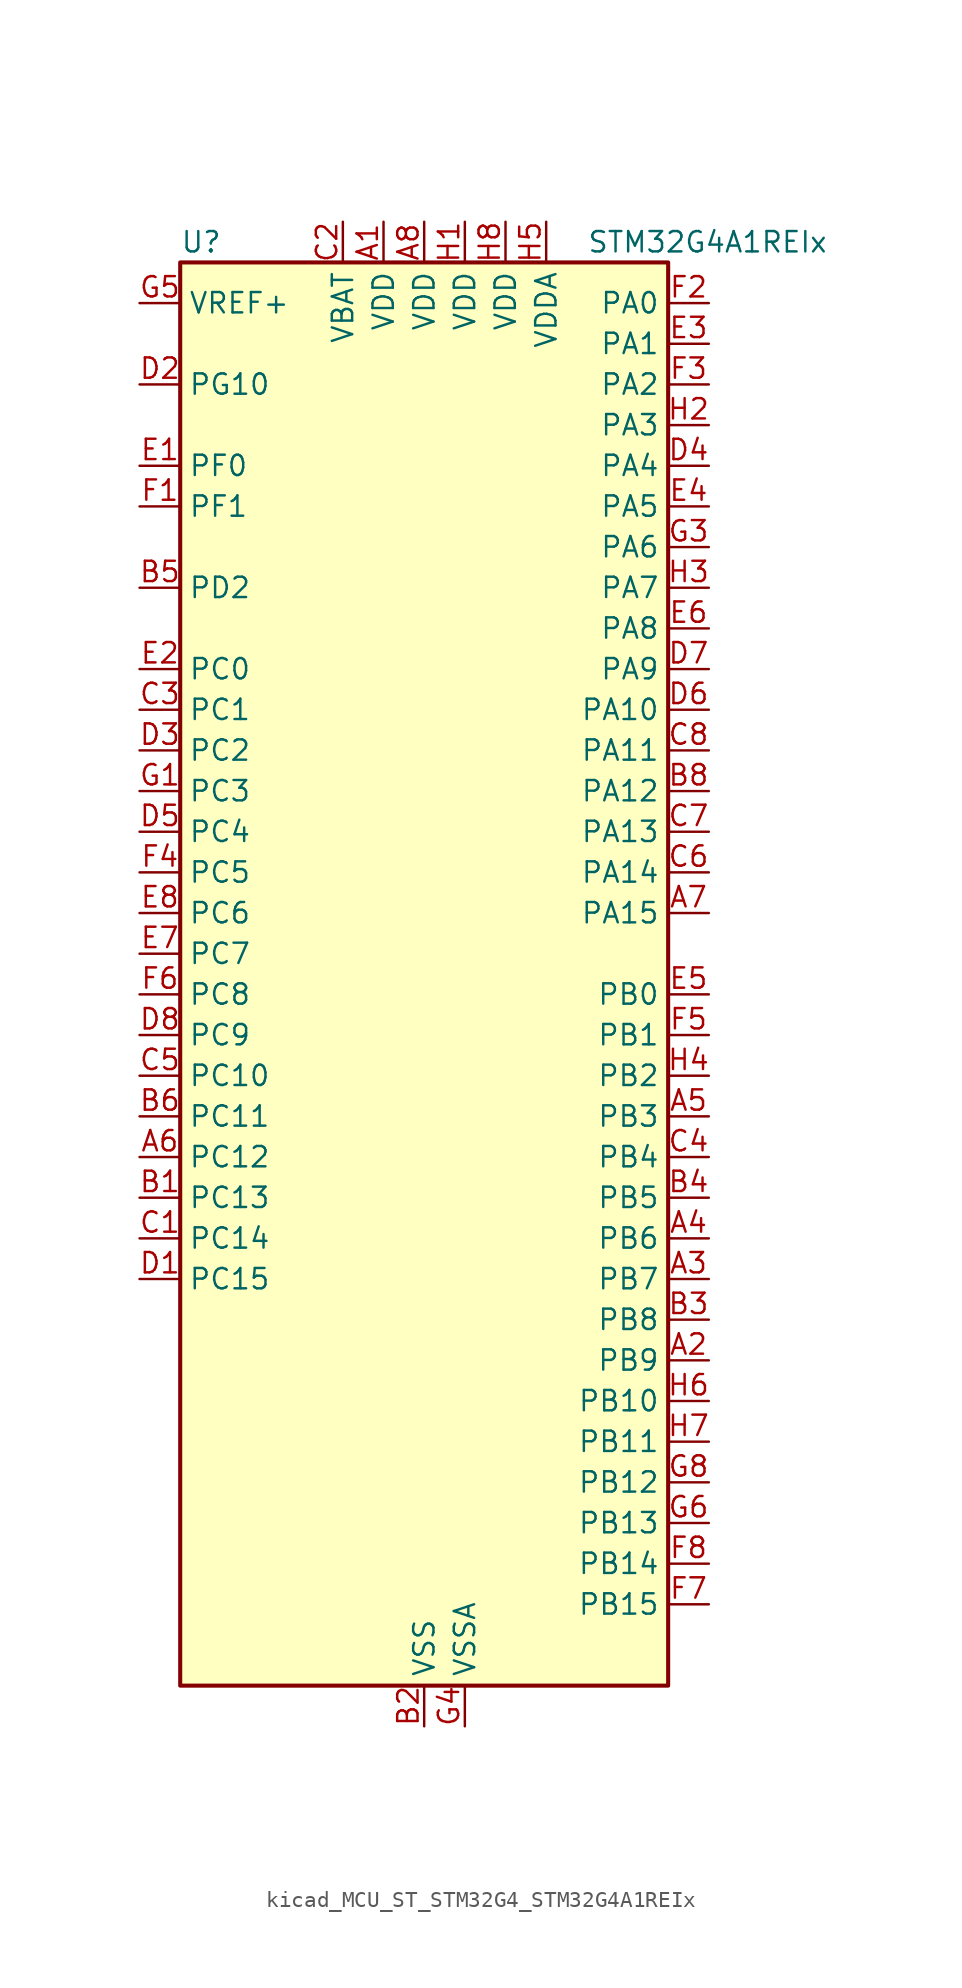
<source format=kicad_sym>
(kicad_symbol_lib
  (version 20220914)
  (generator kicad_symbol_editor)
  (symbol "kicad_MCU_ST_STM32G4_STM32G4A1REIx"
    (property "Reference" "U"
      (at -15.24 46.99 0)
      (effects (font (size 1.27 1.27)) (justify left)))
    (property "Value" "STM32G4A1REIx"
      (at 10.16 46.99 0)
      (effects (font (size 1.27 1.27)) (justify left)))
    (property "ki_locked" ""
      (at 0 0 0)
      (effects (font (size 1.27 1.27))))
    (symbol "kicad_MCU_ST_STM32G4_STM32G4A1REIx_0_1"
      (rectangle (start -15.24 -43.18) (end 15.24 45.72) (stroke (width 0.254) (type default)) (fill (type background))))
    (symbol "kicad_MCU_ST_STM32G4_STM32G4A1REIx_1_1"
      (pin power_in line (at -2.54 48.26 270) (length 2.54) (name "VDD" (effects (font (size 1.27 1.27)))) (number "A1" (effects (font (size 1.27 1.27)))))
      (pin bidirectional line (at 17.78 -22.86 180) (length 2.54) (name "PB9" (effects (font (size 1.27 1.27)))) (number "A2" (effects (font (size 1.27 1.27)))) (alternate "COMP2_OUT" bidirectional line) (alternate "DAC1_EXTI9" bidirectional line) (alternate "DAC3_EXTI9" bidirectional line) (alternate "FDCAN1_TX" bidirectional line) (alternate "I2C1_SDA" bidirectional line) (alternate "IR_OUT" bidirectional line) (alternate "SAI1_D2" bidirectional line) (alternate "SAI1_FS_A" bidirectional line) (alternate "TIM17_CH1" bidirectional line) (alternate "TIM1_CH3N" bidirectional line) (alternate "TIM4_CH4" bidirectional line) (alternate "TIM8_CH3" bidirectional line) (alternate "USART3_TX" bidirectional line))
      (pin bidirectional line (at 17.78 -17.78 180) (length 2.54) (name "PB7" (effects (font (size 1.27 1.27)))) (number "A3" (effects (font (size 1.27 1.27)))) (alternate "COMP3_OUT" bidirectional line) (alternate "I2C1_SDA" bidirectional line) (alternate "LPTIM1_IN2" bidirectional line) (alternate "SYS_PVD_IN" bidirectional line) (alternate "TIM17_CH1N" bidirectional line) (alternate "TIM3_CH4" bidirectional line) (alternate "TIM4_CH2" bidirectional line) (alternate "TIM8_BKIN" bidirectional line) (alternate "UART4_CTS" bidirectional line) (alternate "USART1_RX" bidirectional line))
      (pin bidirectional line (at 17.78 -15.24 180) (length 2.54) (name "PB6" (effects (font (size 1.27 1.27)))) (number "A4" (effects (font (size 1.27 1.27)))) (alternate "COMP4_OUT" bidirectional line) (alternate "FDCAN2_TX" bidirectional line) (alternate "LPTIM1_ETR" bidirectional line) (alternate "SAI1_FS_B" bidirectional line) (alternate "TIM16_CH1N" bidirectional line) (alternate "TIM4_CH1" bidirectional line) (alternate "TIM8_BKIN2" bidirectional line) (alternate "TIM8_CH1" bidirectional line) (alternate "TIM8_ETR" bidirectional line) (alternate "UCPD1_CC1" bidirectional line) (alternate "USART1_TX" bidirectional line))
      (pin bidirectional line (at 17.78 -7.62 180) (length 2.54) (name "PB3" (effects (font (size 1.27 1.27)))) (number "A5" (effects (font (size 1.27 1.27)))) (alternate "ADC3_EXTI3" bidirectional line) (alternate "CRS_SYNC" bidirectional line) (alternate "I2S3_CK" bidirectional line) (alternate "SAI1_SCK_B" bidirectional line) (alternate "SPI1_SCK" bidirectional line) (alternate "SPI3_SCK" bidirectional line) (alternate "SYS_JTDO-SWO" bidirectional line) (alternate "TIM2_CH2" bidirectional line) (alternate "TIM3_ETR" bidirectional line) (alternate "TIM4_ETR" bidirectional line) (alternate "TIM8_CH1N" bidirectional line) (alternate "USART2_TX" bidirectional line))
      (pin bidirectional line (at -17.78 -10.16 0) (length 2.54) (name "PC12" (effects (font (size 1.27 1.27)))) (number "A6" (effects (font (size 1.27 1.27)))) (alternate "I2S3_SD" bidirectional line) (alternate "SPI3_MOSI" bidirectional line) (alternate "TIM8_CH3N" bidirectional line) (alternate "UART5_TX" bidirectional line) (alternate "UCPD1_FRSTX1" bidirectional line) (alternate "UCPD1_FRSTX2" bidirectional line) (alternate "USART3_CK" bidirectional line))
      (pin bidirectional line (at 17.78 5.08 180) (length 2.54) (name "PA15" (effects (font (size 1.27 1.27)))) (number "A7" (effects (font (size 1.27 1.27)))) (alternate "ADC1_EXTI15" bidirectional line) (alternate "ADC2_EXTI15" bidirectional line) (alternate "I2C1_SCL" bidirectional line) (alternate "I2S3_WS" bidirectional line) (alternate "SPI1_NSS" bidirectional line) (alternate "SPI3_NSS" bidirectional line) (alternate "SYS_JTDI" bidirectional line) (alternate "TIM1_BKIN" bidirectional line) (alternate "TIM20_ETR" bidirectional line) (alternate "TIM2_CH1" bidirectional line) (alternate "TIM2_ETR" bidirectional line) (alternate "TIM8_CH1" bidirectional line) (alternate "UART4_DE" bidirectional line) (alternate "UART4_RTS" bidirectional line) (alternate "USART2_RX" bidirectional line))
      (pin power_in line (at 0 48.26 270) (length 2.54) (name "VDD" (effects (font (size 1.27 1.27)))) (number "A8" (effects (font (size 1.27 1.27)))))
      (pin bidirectional line (at -17.78 -12.7 0) (length 2.54) (name "PC13" (effects (font (size 1.27 1.27)))) (number "B1" (effects (font (size 1.27 1.27)))) (alternate "RTC_OUT1" bidirectional line) (alternate "RTC_TAMP1" bidirectional line) (alternate "RTC_TS" bidirectional line) (alternate "SYS_WKUP2" bidirectional line) (alternate "TIM1_BKIN" bidirectional line) (alternate "TIM1_CH1N" bidirectional line) (alternate "TIM8_CH4N" bidirectional line))
      (pin power_in line (at 0 -45.72 90) (length 2.54) (name "VSS" (effects (font (size 1.27 1.27)))) (number "B2" (effects (font (size 1.27 1.27)))))
      (pin bidirectional line (at 17.78 -20.32 180) (length 2.54) (name "PB8" (effects (font (size 1.27 1.27)))) (number "B3" (effects (font (size 1.27 1.27)))) (alternate "COMP1_OUT" bidirectional line) (alternate "FDCAN1_RX" bidirectional line) (alternate "I2C1_SCL" bidirectional line) (alternate "SAI1_CK1" bidirectional line) (alternate "SAI1_MCLK_A" bidirectional line) (alternate "TIM16_CH1" bidirectional line) (alternate "TIM1_BKIN" bidirectional line) (alternate "TIM4_CH3" bidirectional line) (alternate "TIM8_CH2" bidirectional line) (alternate "USART3_RX" bidirectional line))
      (pin bidirectional line (at 17.78 -12.7 180) (length 2.54) (name "PB5" (effects (font (size 1.27 1.27)))) (number "B4" (effects (font (size 1.27 1.27)))) (alternate "FDCAN2_RX" bidirectional line) (alternate "I2C1_SMBA" bidirectional line) (alternate "I2C3_SDA" bidirectional line) (alternate "I2S3_SD" bidirectional line) (alternate "LPTIM1_IN1" bidirectional line) (alternate "SAI1_SD_B" bidirectional line) (alternate "SPI1_MOSI" bidirectional line) (alternate "SPI3_MOSI" bidirectional line) (alternate "TIM16_BKIN" bidirectional line) (alternate "TIM17_CH1" bidirectional line) (alternate "TIM3_CH2" bidirectional line) (alternate "TIM8_CH3N" bidirectional line) (alternate "UART5_CTS" bidirectional line) (alternate "USART2_CK" bidirectional line))
      (pin bidirectional line (at -17.78 25.4 0) (length 2.54) (name "PD2" (effects (font (size 1.27 1.27)))) (number "B5" (effects (font (size 1.27 1.27)))) (alternate "ADC3_EXTI2" bidirectional line) (alternate "TIM3_ETR" bidirectional line) (alternate "TIM8_BKIN" bidirectional line) (alternate "UART5_RX" bidirectional line))
      (pin bidirectional line (at -17.78 -7.62 0) (length 2.54) (name "PC11" (effects (font (size 1.27 1.27)))) (number "B6" (effects (font (size 1.27 1.27)))) (alternate "ADC1_EXTI11" bidirectional line) (alternate "ADC2_EXTI11" bidirectional line) (alternate "I2C3_SDA" bidirectional line) (alternate "SPI3_MISO" bidirectional line) (alternate "TIM8_CH2N" bidirectional line) (alternate "UART4_RX" bidirectional line) (alternate "USART3_RX" bidirectional line))
      (pin passive line (at 0 -45.72 90) (length 2.54) hide (name "VSS" (effects (font (size 1.27 1.27)))) (number "B7" (effects (font (size 1.27 1.27)))))
      (pin bidirectional line (at 17.78 12.7 180) (length 2.54) (name "PA12" (effects (font (size 1.27 1.27)))) (number "B8" (effects (font (size 1.27 1.27)))) (alternate "COMP2_OUT" bidirectional line) (alternate "FDCAN1_TX" bidirectional line) (alternate "I2S_CKIN" bidirectional line) (alternate "TIM16_CH1" bidirectional line) (alternate "TIM1_CH2N" bidirectional line) (alternate "TIM1_ETR" bidirectional line) (alternate "TIM4_CH2" bidirectional line) (alternate "USART1_DE" bidirectional line) (alternate "USART1_RTS" bidirectional line) (alternate "USB_DP" bidirectional line))
      (pin bidirectional line (at -17.78 -15.24 0) (length 2.54) (name "PC14" (effects (font (size 1.27 1.27)))) (number "C1" (effects (font (size 1.27 1.27)))) (alternate "RCC_OSC32_IN" bidirectional line))
      (pin power_in line (at -5.08 48.26 270) (length 2.54) (name "VBAT" (effects (font (size 1.27 1.27)))) (number "C2" (effects (font (size 1.27 1.27)))))
      (pin bidirectional line (at -17.78 17.78 0) (length 2.54) (name "PC1" (effects (font (size 1.27 1.27)))) (number "C3" (effects (font (size 1.27 1.27)))) (alternate "ADC1_IN7" bidirectional line) (alternate "ADC2_IN7" bidirectional line) (alternate "COMP3_INP" bidirectional line) (alternate "LPTIM1_OUT" bidirectional line) (alternate "LPUART1_TX" bidirectional line) (alternate "QUADSPI1_BK2_IO0" bidirectional line) (alternate "SAI1_SD_A" bidirectional line) (alternate "TIM1_CH2" bidirectional line))
      (pin bidirectional line (at 17.78 -10.16 180) (length 2.54) (name "PB4" (effects (font (size 1.27 1.27)))) (number "C4" (effects (font (size 1.27 1.27)))) (alternate "SAI1_MCLK_B" bidirectional line) (alternate "SPI1_MISO" bidirectional line) (alternate "SPI3_MISO" bidirectional line) (alternate "SYS_JTRST" bidirectional line) (alternate "TIM16_CH1" bidirectional line) (alternate "TIM17_BKIN" bidirectional line) (alternate "TIM3_CH1" bidirectional line) (alternate "TIM8_CH2N" bidirectional line) (alternate "UART5_DE" bidirectional line) (alternate "UART5_RTS" bidirectional line) (alternate "UCPD1_CC2" bidirectional line) (alternate "USART2_RX" bidirectional line))
      (pin bidirectional line (at -17.78 -5.08 0) (length 2.54) (name "PC10" (effects (font (size 1.27 1.27)))) (number "C5" (effects (font (size 1.27 1.27)))) (alternate "DAC1_EXTI10" bidirectional line) (alternate "DAC3_EXTI10" bidirectional line) (alternate "I2S3_CK" bidirectional line) (alternate "SPI3_SCK" bidirectional line) (alternate "TIM8_CH1N" bidirectional line) (alternate "UART4_TX" bidirectional line) (alternate "USART3_TX" bidirectional line))
      (pin bidirectional line (at 17.78 7.62 180) (length 2.54) (name "PA14" (effects (font (size 1.27 1.27)))) (number "C6" (effects (font (size 1.27 1.27)))) (alternate "I2C1_SDA" bidirectional line) (alternate "LPTIM1_OUT" bidirectional line) (alternate "SAI1_FS_B" bidirectional line) (alternate "SYS_JTCK-SWCLK" bidirectional line) (alternate "TIM1_BKIN" bidirectional line) (alternate "TIM8_CH2" bidirectional line) (alternate "USART2_TX" bidirectional line))
      (pin bidirectional line (at 17.78 10.16 180) (length 2.54) (name "PA13" (effects (font (size 1.27 1.27)))) (number "C7" (effects (font (size 1.27 1.27)))) (alternate "I2C1_SCL" bidirectional line) (alternate "IR_OUT" bidirectional line) (alternate "SAI1_SD_B" bidirectional line) (alternate "SYS_JTMS-SWDIO" bidirectional line) (alternate "TIM16_CH1N" bidirectional line) (alternate "TIM4_CH3" bidirectional line) (alternate "USART3_CTS" bidirectional line) (alternate "USART3_NSS" bidirectional line))
      (pin bidirectional line (at 17.78 15.24 180) (length 2.54) (name "PA11" (effects (font (size 1.27 1.27)))) (number "C8" (effects (font (size 1.27 1.27)))) (alternate "ADC1_EXTI11" bidirectional line) (alternate "ADC2_EXTI11" bidirectional line) (alternate "COMP1_OUT" bidirectional line) (alternate "FDCAN1_RX" bidirectional line) (alternate "I2S2_SD" bidirectional line) (alternate "SPI2_MOSI" bidirectional line) (alternate "TIM1_BKIN2" bidirectional line) (alternate "TIM1_CH1N" bidirectional line) (alternate "TIM1_CH4" bidirectional line) (alternate "TIM4_CH1" bidirectional line) (alternate "USART1_CTS" bidirectional line) (alternate "USART1_NSS" bidirectional line) (alternate "USB_DM" bidirectional line))
      (pin bidirectional line (at -17.78 -17.78 0) (length 2.54) (name "PC15" (effects (font (size 1.27 1.27)))) (number "D1" (effects (font (size 1.27 1.27)))) (alternate "ADC1_EXTI15" bidirectional line) (alternate "ADC2_EXTI15" bidirectional line) (alternate "RCC_OSC32_OUT" bidirectional line))
      (pin bidirectional line (at -17.78 38.1 0) (length 2.54) (name "PG10" (effects (font (size 1.27 1.27)))) (number "D2" (effects (font (size 1.27 1.27)))) (alternate "DAC1_EXTI10" bidirectional line) (alternate "DAC3_EXTI10" bidirectional line) (alternate "RCC_MCO" bidirectional line))
      (pin bidirectional line (at -17.78 15.24 0) (length 2.54) (name "PC2" (effects (font (size 1.27 1.27)))) (number "D3" (effects (font (size 1.27 1.27)))) (alternate "ADC1_IN8" bidirectional line) (alternate "ADC2_IN8" bidirectional line) (alternate "ADC3_EXTI2" bidirectional line) (alternate "COMP3_OUT" bidirectional line) (alternate "LPTIM1_IN2" bidirectional line) (alternate "QUADSPI1_BK2_IO1" bidirectional line) (alternate "TIM1_CH3" bidirectional line) (alternate "TIM20_CH2" bidirectional line))
      (pin bidirectional line (at 17.78 33.02 180) (length 2.54) (name "PA4" (effects (font (size 1.27 1.27)))) (number "D4" (effects (font (size 1.27 1.27)))) (alternate "ADC2_IN17" bidirectional line) (alternate "COMP1_INM" bidirectional line) (alternate "DAC1_OUT1" bidirectional line) (alternate "I2S3_WS" bidirectional line) (alternate "SAI1_FS_B" bidirectional line) (alternate "SPI1_NSS" bidirectional line) (alternate "SPI3_NSS" bidirectional line) (alternate "TIM3_CH2" bidirectional line) (alternate "USART2_CK" bidirectional line))
      (pin bidirectional line (at -17.78 10.16 0) (length 2.54) (name "PC4" (effects (font (size 1.27 1.27)))) (number "D5" (effects (font (size 1.27 1.27)))) (alternate "ADC2_IN5" bidirectional line) (alternate "I2C2_SCL" bidirectional line) (alternate "QUADSPI1_BK2_IO3" bidirectional line) (alternate "TIM1_ETR" bidirectional line) (alternate "USART1_TX" bidirectional line))
      (pin bidirectional line (at 17.78 17.78 180) (length 2.54) (name "PA10" (effects (font (size 1.27 1.27)))) (number "D6" (effects (font (size 1.27 1.27)))) (alternate "CRS_SYNC" bidirectional line) (alternate "DAC1_EXTI10" bidirectional line) (alternate "DAC3_EXTI10" bidirectional line) (alternate "I2C2_SMBA" bidirectional line) (alternate "SAI1_D1" bidirectional line) (alternate "SAI1_SD_A" bidirectional line) (alternate "SPI2_MISO" bidirectional line) (alternate "TIM17_BKIN" bidirectional line) (alternate "TIM1_CH3" bidirectional line) (alternate "TIM2_CH4" bidirectional line) (alternate "TIM8_BKIN" bidirectional line) (alternate "UCPD1_DBCC2" bidirectional line) (alternate "USART1_RX" bidirectional line))
      (pin bidirectional line (at 17.78 20.32 180) (length 2.54) (name "PA9" (effects (font (size 1.27 1.27)))) (number "D7" (effects (font (size 1.27 1.27)))) (alternate "DAC1_EXTI9" bidirectional line) (alternate "DAC3_EXTI9" bidirectional line) (alternate "I2C2_SCL" bidirectional line) (alternate "I2C3_SMBA" bidirectional line) (alternate "I2S3_MCK" bidirectional line) (alternate "SAI1_FS_A" bidirectional line) (alternate "TIM15_BKIN" bidirectional line) (alternate "TIM1_CH2" bidirectional line) (alternate "TIM2_CH3" bidirectional line) (alternate "UCPD1_DBCC1" bidirectional line) (alternate "USART1_TX" bidirectional line))
      (pin bidirectional line (at -17.78 -2.54 0) (length 2.54) (name "PC9" (effects (font (size 1.27 1.27)))) (number "D8" (effects (font (size 1.27 1.27)))) (alternate "DAC1_EXTI9" bidirectional line) (alternate "DAC3_EXTI9" bidirectional line) (alternate "I2C3_SDA" bidirectional line) (alternate "I2S_CKIN" bidirectional line) (alternate "TIM3_CH4" bidirectional line) (alternate "TIM8_BKIN2" bidirectional line) (alternate "TIM8_CH4" bidirectional line))
      (pin bidirectional line (at -17.78 33.02 0) (length 2.54) (name "PF0" (effects (font (size 1.27 1.27)))) (number "E1" (effects (font (size 1.27 1.27)))) (alternate "ADC1_IN10" bidirectional line) (alternate "I2C2_SDA" bidirectional line) (alternate "I2S2_WS" bidirectional line) (alternate "RCC_OSC_IN" bidirectional line) (alternate "SPI2_NSS" bidirectional line) (alternate "TIM1_CH3N" bidirectional line))
      (pin bidirectional line (at -17.78 20.32 0) (length 2.54) (name "PC0" (effects (font (size 1.27 1.27)))) (number "E2" (effects (font (size 1.27 1.27)))) (alternate "ADC1_IN6" bidirectional line) (alternate "ADC2_IN6" bidirectional line) (alternate "COMP3_INM" bidirectional line) (alternate "LPTIM1_IN1" bidirectional line) (alternate "LPUART1_RX" bidirectional line) (alternate "TIM1_CH1" bidirectional line))
      (pin bidirectional line (at 17.78 40.64 180) (length 2.54) (name "PA1" (effects (font (size 1.27 1.27)))) (number "E3" (effects (font (size 1.27 1.27)))) (alternate "ADC1_IN2" bidirectional line) (alternate "ADC2_IN2" bidirectional line) (alternate "COMP1_INP" bidirectional line) (alternate "OPAMP1_VINP" bidirectional line) (alternate "OPAMP1_VINP_SEC" bidirectional line) (alternate "OPAMP3_VINP" bidirectional line) (alternate "OPAMP3_VINP_SEC" bidirectional line) (alternate "OPAMP6_VINM" bidirectional line) (alternate "OPAMP6_VINM0" bidirectional line) (alternate "OPAMP6_VINM_SEC" bidirectional line) (alternate "RTC_REFIN" bidirectional line) (alternate "TIM15_CH1N" bidirectional line) (alternate "TIM2_CH2" bidirectional line) (alternate "USART2_DE" bidirectional line) (alternate "USART2_RTS" bidirectional line))
      (pin bidirectional line (at 17.78 30.48 180) (length 2.54) (name "PA5" (effects (font (size 1.27 1.27)))) (number "E4" (effects (font (size 1.27 1.27)))) (alternate "ADC2_IN13" bidirectional line) (alternate "COMP2_INM" bidirectional line) (alternate "DAC1_OUT2" bidirectional line) (alternate "OPAMP2_VINM" bidirectional line) (alternate "OPAMP2_VINM0" bidirectional line) (alternate "OPAMP2_VINM_SEC" bidirectional line) (alternate "SPI1_SCK" bidirectional line) (alternate "TIM2_CH1" bidirectional line) (alternate "TIM2_ETR" bidirectional line) (alternate "UCPD1_FRSTX1" bidirectional line) (alternate "UCPD1_FRSTX2" bidirectional line))
      (pin bidirectional line (at 17.78 0 180) (length 2.54) (name "PB0" (effects (font (size 1.27 1.27)))) (number "E5" (effects (font (size 1.27 1.27)))) (alternate "ADC1_IN15" bidirectional line) (alternate "ADC3_IN12" bidirectional line) (alternate "COMP4_INP" bidirectional line) (alternate "OPAMP2_VINP" bidirectional line) (alternate "OPAMP2_VINP_SEC" bidirectional line) (alternate "OPAMP3_VINP" bidirectional line) (alternate "OPAMP3_VINP_SEC" bidirectional line) (alternate "QUADSPI1_BK1_IO1" bidirectional line) (alternate "TIM1_CH2N" bidirectional line) (alternate "TIM3_CH3" bidirectional line) (alternate "TIM8_CH2N" bidirectional line) (alternate "UCPD1_FRSTX1" bidirectional line) (alternate "UCPD1_FRSTX2" bidirectional line))
      (pin bidirectional line (at 17.78 22.86 180) (length 2.54) (name "PA8" (effects (font (size 1.27 1.27)))) (number "E6" (effects (font (size 1.27 1.27)))) (alternate "I2C2_SDA" bidirectional line) (alternate "I2C3_SCL" bidirectional line) (alternate "I2S2_MCK" bidirectional line) (alternate "RCC_MCO" bidirectional line) (alternate "SAI1_CK2" bidirectional line) (alternate "SAI1_SCK_A" bidirectional line) (alternate "TIM1_CH1" bidirectional line) (alternate "TIM4_ETR" bidirectional line) (alternate "USART1_CK" bidirectional line))
      (pin bidirectional line (at -17.78 2.54 0) (length 2.54) (name "PC7" (effects (font (size 1.27 1.27)))) (number "E7" (effects (font (size 1.27 1.27)))) (alternate "I2S3_MCK" bidirectional line) (alternate "TIM3_CH2" bidirectional line) (alternate "TIM8_CH2" bidirectional line))
      (pin bidirectional line (at -17.78 5.08 0) (length 2.54) (name "PC6" (effects (font (size 1.27 1.27)))) (number "E8" (effects (font (size 1.27 1.27)))) (alternate "I2S2_MCK" bidirectional line) (alternate "TIM3_CH1" bidirectional line) (alternate "TIM8_CH1" bidirectional line))
      (pin bidirectional line (at -17.78 30.48 0) (length 2.54) (name "PF1" (effects (font (size 1.27 1.27)))) (number "F1" (effects (font (size 1.27 1.27)))) (alternate "ADC2_IN10" bidirectional line) (alternate "COMP3_INM" bidirectional line) (alternate "I2S2_CK" bidirectional line) (alternate "RCC_OSC_OUT" bidirectional line) (alternate "SPI2_SCK" bidirectional line))
      (pin bidirectional line (at 17.78 43.18 180) (length 2.54) (name "PA0" (effects (font (size 1.27 1.27)))) (number "F2" (effects (font (size 1.27 1.27)))) (alternate "ADC1_IN1" bidirectional line) (alternate "ADC2_IN1" bidirectional line) (alternate "COMP1_INM" bidirectional line) (alternate "COMP1_OUT" bidirectional line) (alternate "COMP3_INP" bidirectional line) (alternate "RTC_TAMP2" bidirectional line) (alternate "SYS_WKUP1" bidirectional line) (alternate "TIM2_CH1" bidirectional line) (alternate "TIM2_ETR" bidirectional line) (alternate "TIM8_BKIN" bidirectional line) (alternate "TIM8_ETR" bidirectional line) (alternate "USART2_CTS" bidirectional line) (alternate "USART2_NSS" bidirectional line))
      (pin bidirectional line (at 17.78 38.1 180) (length 2.54) (name "PA2" (effects (font (size 1.27 1.27)))) (number "F3" (effects (font (size 1.27 1.27)))) (alternate "ADC1_IN3" bidirectional line) (alternate "ADC3_EXTI2" bidirectional line) (alternate "COMP2_INM" bidirectional line) (alternate "COMP2_OUT" bidirectional line) (alternate "LPUART1_TX" bidirectional line) (alternate "OPAMP1_VOUT" bidirectional line) (alternate "QUADSPI1_BK1_NCS" bidirectional line) (alternate "RCC_LSCO" bidirectional line) (alternate "SYS_WKUP4" bidirectional line) (alternate "TIM15_CH1" bidirectional line) (alternate "TIM2_CH3" bidirectional line) (alternate "UCPD1_FRSTX1" bidirectional line) (alternate "UCPD1_FRSTX2" bidirectional line) (alternate "USART2_TX" bidirectional line))
      (pin bidirectional line (at -17.78 7.62 0) (length 2.54) (name "PC5" (effects (font (size 1.27 1.27)))) (number "F4" (effects (font (size 1.27 1.27)))) (alternate "ADC2_IN11" bidirectional line) (alternate "OPAMP1_VINM" bidirectional line) (alternate "OPAMP1_VINM1" bidirectional line) (alternate "OPAMP1_VINM_SEC" bidirectional line) (alternate "OPAMP2_VINM" bidirectional line) (alternate "OPAMP2_VINM1" bidirectional line) (alternate "OPAMP2_VINM_SEC" bidirectional line) (alternate "SAI1_D3" bidirectional line) (alternate "SYS_WKUP5" bidirectional line) (alternate "TIM15_BKIN" bidirectional line) (alternate "TIM1_CH4N" bidirectional line) (alternate "USART1_RX" bidirectional line))
      (pin bidirectional line (at 17.78 -2.54 180) (length 2.54) (name "PB1" (effects (font (size 1.27 1.27)))) (number "F5" (effects (font (size 1.27 1.27)))) (alternate "ADC1_IN12" bidirectional line) (alternate "ADC3_IN1" bidirectional line) (alternate "COMP1_INP" bidirectional line) (alternate "COMP4_OUT" bidirectional line) (alternate "LPUART1_DE" bidirectional line) (alternate "LPUART1_RTS" bidirectional line) (alternate "OPAMP3_VOUT" bidirectional line) (alternate "OPAMP6_VINM" bidirectional line) (alternate "OPAMP6_VINM1" bidirectional line) (alternate "OPAMP6_VINM_SEC" bidirectional line) (alternate "QUADSPI1_BK1_IO0" bidirectional line) (alternate "TIM1_CH3N" bidirectional line) (alternate "TIM3_CH4" bidirectional line) (alternate "TIM8_CH3N" bidirectional line))
      (pin bidirectional line (at -17.78 0 0) (length 2.54) (name "PC8" (effects (font (size 1.27 1.27)))) (number "F6" (effects (font (size 1.27 1.27)))) (alternate "I2C3_SCL" bidirectional line) (alternate "TIM20_CH3" bidirectional line) (alternate "TIM3_CH3" bidirectional line) (alternate "TIM8_CH3" bidirectional line))
      (pin bidirectional line (at 17.78 -38.1 180) (length 2.54) (name "PB15" (effects (font (size 1.27 1.27)))) (number "F7" (effects (font (size 1.27 1.27)))) (alternate "ADC1_EXTI15" bidirectional line) (alternate "ADC2_EXTI15" bidirectional line) (alternate "ADC2_IN15" bidirectional line) (alternate "COMP3_OUT" bidirectional line) (alternate "I2S2_SD" bidirectional line) (alternate "RTC_REFIN" bidirectional line) (alternate "SPI2_MOSI" bidirectional line) (alternate "TIM15_CH1N" bidirectional line) (alternate "TIM15_CH2" bidirectional line) (alternate "TIM1_CH3N" bidirectional line))
      (pin bidirectional line (at 17.78 -35.56 180) (length 2.54) (name "PB14" (effects (font (size 1.27 1.27)))) (number "F8" (effects (font (size 1.27 1.27)))) (alternate "ADC1_IN5" bidirectional line) (alternate "COMP4_OUT" bidirectional line) (alternate "OPAMP2_VINP" bidirectional line) (alternate "OPAMP2_VINP_SEC" bidirectional line) (alternate "SPI2_MISO" bidirectional line) (alternate "TIM15_CH1" bidirectional line) (alternate "TIM1_CH2N" bidirectional line) (alternate "USART3_DE" bidirectional line) (alternate "USART3_RTS" bidirectional line))
      (pin bidirectional line (at -17.78 12.7 0) (length 2.54) (name "PC3" (effects (font (size 1.27 1.27)))) (number "G1" (effects (font (size 1.27 1.27)))) (alternate "ADC1_IN9" bidirectional line) (alternate "ADC2_IN9" bidirectional line) (alternate "ADC3_EXTI3" bidirectional line) (alternate "LPTIM1_ETR" bidirectional line) (alternate "QUADSPI1_BK2_IO2" bidirectional line) (alternate "SAI1_D1" bidirectional line) (alternate "SAI1_SD_A" bidirectional line) (alternate "TIM1_BKIN2" bidirectional line) (alternate "TIM1_CH4" bidirectional line))
      (pin passive line (at 0 -45.72 90) (length 2.54) hide (name "VSS" (effects (font (size 1.27 1.27)))) (number "G2" (effects (font (size 1.27 1.27)))))
      (pin bidirectional line (at 17.78 27.94 180) (length 2.54) (name "PA6" (effects (font (size 1.27 1.27)))) (number "G3" (effects (font (size 1.27 1.27)))) (alternate "ADC2_IN3" bidirectional line) (alternate "COMP1_OUT" bidirectional line) (alternate "LPUART1_CTS" bidirectional line) (alternate "OPAMP2_VOUT" bidirectional line) (alternate "QUADSPI1_BK1_IO3" bidirectional line) (alternate "SPI1_MISO" bidirectional line) (alternate "TIM16_CH1" bidirectional line) (alternate "TIM1_BKIN" bidirectional line) (alternate "TIM3_CH1" bidirectional line) (alternate "TIM8_BKIN" bidirectional line))
      (pin power_in line (at 2.54 -45.72 90) (length 2.54) (name "VSSA" (effects (font (size 1.27 1.27)))) (number "G4" (effects (font (size 1.27 1.27)))))
      (pin input line (at -17.78 43.18 0) (length 2.54) (name "VREF+" (effects (font (size 1.27 1.27)))) (number "G5" (effects (font (size 1.27 1.27)))) (alternate "VREFBUF_OUT" bidirectional line))
      (pin bidirectional line (at 17.78 -33.02 180) (length 2.54) (name "PB13" (effects (font (size 1.27 1.27)))) (number "G6" (effects (font (size 1.27 1.27)))) (alternate "ADC3_IN5" bidirectional line) (alternate "FDCAN2_TX" bidirectional line) (alternate "I2S2_CK" bidirectional line) (alternate "LPUART1_CTS" bidirectional line) (alternate "OPAMP3_VINP" bidirectional line) (alternate "OPAMP3_VINP_SEC" bidirectional line) (alternate "OPAMP6_VINP" bidirectional line) (alternate "OPAMP6_VINP_SEC" bidirectional line) (alternate "SPI2_SCK" bidirectional line) (alternate "TIM1_CH1N" bidirectional line) (alternate "USART3_CTS" bidirectional line) (alternate "USART3_NSS" bidirectional line))
      (pin passive line (at 0 -45.72 90) (length 2.54) hide (name "VSS" (effects (font (size 1.27 1.27)))) (number "G7" (effects (font (size 1.27 1.27)))))
      (pin bidirectional line (at 17.78 -30.48 180) (length 2.54) (name "PB12" (effects (font (size 1.27 1.27)))) (number "G8" (effects (font (size 1.27 1.27)))) (alternate "ADC1_IN11" bidirectional line) (alternate "FDCAN2_RX" bidirectional line) (alternate "I2C2_SMBA" bidirectional line) (alternate "I2S2_WS" bidirectional line) (alternate "LPUART1_DE" bidirectional line) (alternate "LPUART1_RTS" bidirectional line) (alternate "OPAMP6_VINP" bidirectional line) (alternate "OPAMP6_VINP_SEC" bidirectional line) (alternate "SPI2_NSS" bidirectional line) (alternate "TIM1_BKIN" bidirectional line) (alternate "USART3_CK" bidirectional line))
      (pin power_in line (at 2.54 48.26 270) (length 2.54) (name "VDD" (effects (font (size 1.27 1.27)))) (number "H1" (effects (font (size 1.27 1.27)))))
      (pin bidirectional line (at 17.78 35.56 180) (length 2.54) (name "PA3" (effects (font (size 1.27 1.27)))) (number "H2" (effects (font (size 1.27 1.27)))) (alternate "ADC1_IN4" bidirectional line) (alternate "ADC3_EXTI3" bidirectional line) (alternate "COMP2_INP" bidirectional line) (alternate "LPUART1_RX" bidirectional line) (alternate "OPAMP1_VINM" bidirectional line) (alternate "OPAMP1_VINM0" bidirectional line) (alternate "OPAMP1_VINM_SEC" bidirectional line) (alternate "OPAMP1_VINP" bidirectional line) (alternate "OPAMP1_VINP_SEC" bidirectional line) (alternate "QUADSPI1_CLK" bidirectional line) (alternate "SAI1_CK1" bidirectional line) (alternate "SAI1_MCLK_A" bidirectional line) (alternate "TIM15_CH2" bidirectional line) (alternate "TIM2_CH4" bidirectional line) (alternate "USART2_RX" bidirectional line))
      (pin bidirectional line (at 17.78 25.4 180) (length 2.54) (name "PA7" (effects (font (size 1.27 1.27)))) (number "H3" (effects (font (size 1.27 1.27)))) (alternate "ADC2_IN4" bidirectional line) (alternate "COMP2_INP" bidirectional line) (alternate "COMP2_OUT" bidirectional line) (alternate "OPAMP1_VINP" bidirectional line) (alternate "OPAMP1_VINP_SEC" bidirectional line) (alternate "OPAMP2_VINP" bidirectional line) (alternate "OPAMP2_VINP_SEC" bidirectional line) (alternate "QUADSPI1_BK1_IO2" bidirectional line) (alternate "SPI1_MOSI" bidirectional line) (alternate "TIM17_CH1" bidirectional line) (alternate "TIM1_CH1N" bidirectional line) (alternate "TIM3_CH2" bidirectional line) (alternate "TIM8_CH1N" bidirectional line) (alternate "UCPD1_FRSTX1" bidirectional line) (alternate "UCPD1_FRSTX2" bidirectional line))
      (pin bidirectional line (at 17.78 -5.08 180) (length 2.54) (name "PB2" (effects (font (size 1.27 1.27)))) (number "H4" (effects (font (size 1.27 1.27)))) (alternate "ADC2_IN12" bidirectional line) (alternate "ADC3_EXTI2" bidirectional line) (alternate "COMP4_INM" bidirectional line) (alternate "I2C3_SMBA" bidirectional line) (alternate "LPTIM1_OUT" bidirectional line) (alternate "OPAMP3_VINM" bidirectional line) (alternate "OPAMP3_VINM0" bidirectional line) (alternate "OPAMP3_VINM_SEC" bidirectional line) (alternate "QUADSPI1_BK2_IO1" bidirectional line) (alternate "RTC_OUT2" bidirectional line) (alternate "TIM20_CH1" bidirectional line))
      (pin power_in line (at 7.62 48.26 270) (length 2.54) (name "VDDA" (effects (font (size 1.27 1.27)))) (number "H5" (effects (font (size 1.27 1.27)))))
      (pin bidirectional line (at 17.78 -25.4 180) (length 2.54) (name "PB10" (effects (font (size 1.27 1.27)))) (number "H6" (effects (font (size 1.27 1.27)))) (alternate "DAC1_EXTI10" bidirectional line) (alternate "DAC3_EXTI10" bidirectional line) (alternate "LPUART1_RX" bidirectional line) (alternate "OPAMP3_VINM" bidirectional line) (alternate "OPAMP3_VINM1" bidirectional line) (alternate "OPAMP3_VINM_SEC" bidirectional line) (alternate "QUADSPI1_CLK" bidirectional line) (alternate "SAI1_SCK_A" bidirectional line) (alternate "TIM1_BKIN" bidirectional line) (alternate "TIM2_CH3" bidirectional line) (alternate "USART3_TX" bidirectional line))
      (pin bidirectional line (at 17.78 -27.94 180) (length 2.54) (name "PB11" (effects (font (size 1.27 1.27)))) (number "H7" (effects (font (size 1.27 1.27)))) (alternate "ADC1_EXTI11" bidirectional line) (alternate "ADC1_IN14" bidirectional line) (alternate "ADC2_EXTI11" bidirectional line) (alternate "ADC2_IN14" bidirectional line) (alternate "LPUART1_TX" bidirectional line) (alternate "OPAMP6_VOUT" bidirectional line) (alternate "QUADSPI1_BK1_NCS" bidirectional line) (alternate "TIM2_CH4" bidirectional line) (alternate "USART3_RX" bidirectional line))
      (pin power_in line (at 5.08 48.26 270) (length 2.54) (name "VDD" (effects (font (size 1.27 1.27)))) (number "H8" (effects (font (size 1.27 1.27))))))))
</source>
